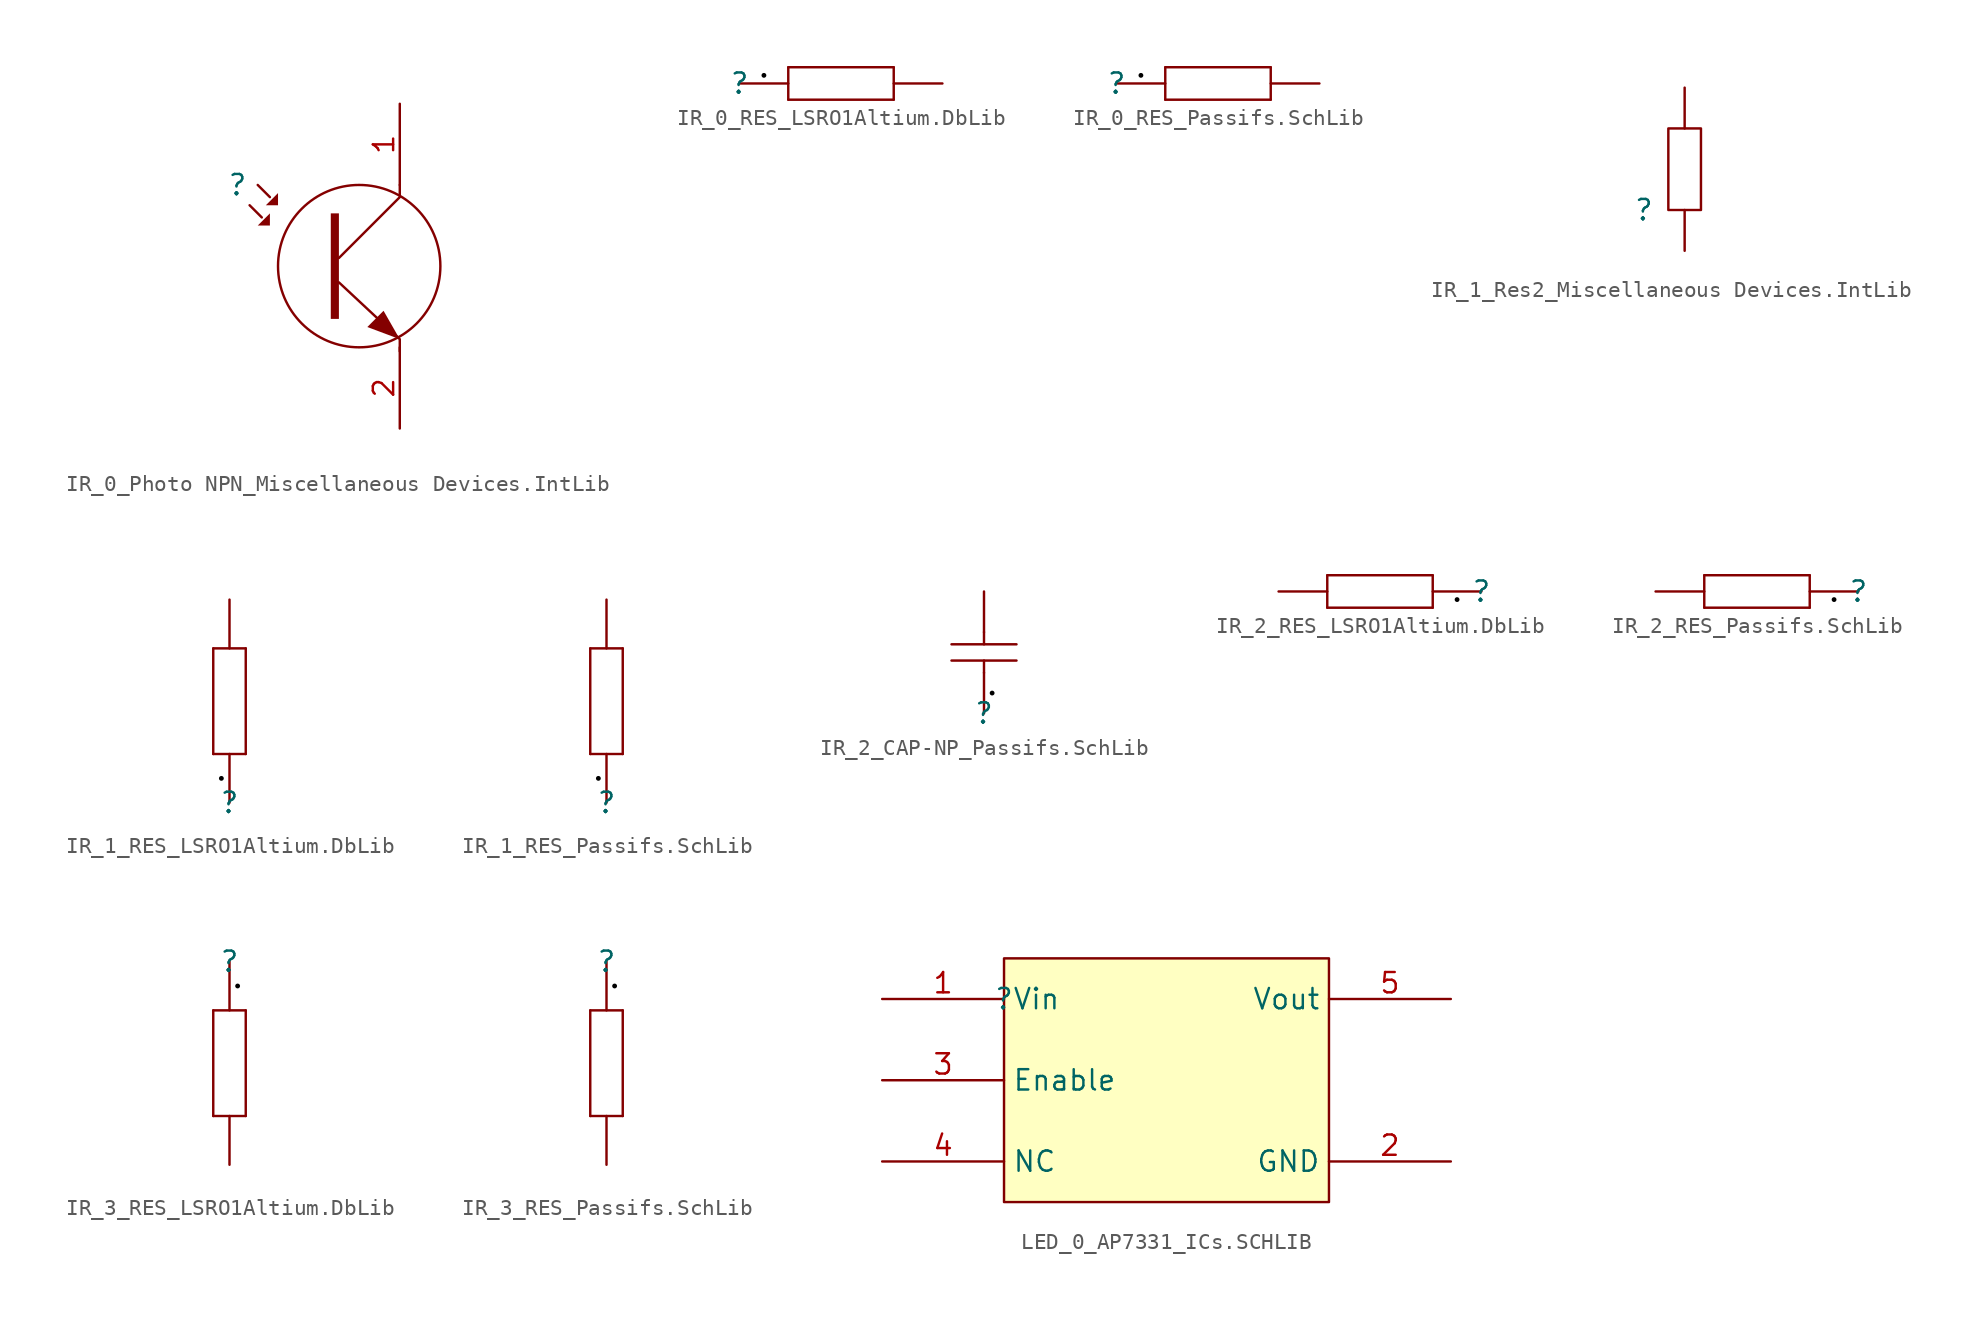
<source format=kicad_sym>
(kicad_symbol_lib
  (version 20241209)
  (generator "kicad_symbol_editor")
  (generator_version "9.0")
  (symbol "IR_0_Photo NPN_Miscellaneous Devices.IntLib"
    (pin_names
      (hide yes))
    (property "Reference" ""
      (at 0 0 0)
      (effects (font (size 1.27 1.27))))
    (property "Value" ""
      (at 0 0 0)
      (effects (font (size 1.27 1.27))))
    (symbol "IR_0_Photo NPN_Miscellaneous Devices.IntLib_1_0"
      (polyline (pts (xy 0.762 -1.27) (xy 1.524 -2.032)) (stroke (width 0) (type solid)) (fill (type none)))
      (polyline (pts (xy 1.27 0) (xy 2.032 -0.762)) (stroke (width 0) (type solid)) (fill (type none)))
      (polyline (pts (xy 2.032 -1.778) (xy 1.27 -2.54) (xy 2.032 -2.54) (xy 2.032 -1.778)) (stroke (width -0.0001) (type solid)) (fill (type outline)))
      (polyline (pts (xy 2.54 -0.508) (xy 1.778 -1.27) (xy 2.54 -1.27) (xy 2.54 -0.508)) (stroke (width -0.0001) (type solid)) (fill (type outline)))
      (polyline (pts (xy 5.842 -1.778) (xy 6.35 -1.778) (xy 6.35 -8.382) (xy 5.842 -8.382) (xy 5.842 -1.778)) (stroke (width -0.0001) (type solid)) (fill (type outline)))
      (circle (center 7.62 -5.08) (radius 5.08) (stroke (width 0) (type solid)) (fill (type none)))
      (polyline (pts (xy 9.144 -7.874) (xy 8.128 -8.89) (xy 10.16 -9.652) (xy 9.144 -7.874)) (stroke (width -0.0001) (type solid)) (fill (type outline)))
      (polyline (pts (xy 10.16 0) (xy 10.16 -0.762) (xy 6.35 -4.572)) (stroke (width 0) (type solid)) (fill (type none)))
      (polyline (pts (xy 10.16 -10.414) (xy 10.16 -9.652) (xy 6.35 -6.096)) (stroke (width 0) (type solid)) (fill (type none)))
      (pin passive line (at 10.16 5.08 270) (length 5.08) (name "C" (effects (font (size 1.27 1.27)))) (number "1" (effects (font (size 1.27 1.27)))))
      (pin passive line (at 10.16 -15.24 90) (length 5.08) (name "E" (effects (font (size 1.27 1.27)))) (number "2" (effects (font (size 1.27 1.27)))))))
  (symbol "IR_0_RES_LSRO1Altium.DbLib"
    (pin_numbers
      (hide yes))
    (pin_names
      (hide yes))
    (property "Reference" ""
      (at 0 0 0)
      (effects (font (size 1.27 1.27))))
    (property "Value" ""
      (at 0 0 0)
      (effects (font (size 1.27 1.27))))
    (symbol "IR_0_RES_LSRO1Altium.DbLib_1_0"
      (circle (center 1.524 0.508) (radius 0.152) (stroke (width -0.0001) (type solid) (color 0 0 0 1)) (fill (type outline)))
      (polyline (pts (xy 3.048 1.016) (xy 3.048 -1.016)) (stroke (width 0) (type solid)) (fill (type none)))
      (polyline (pts (xy 3.048 1.016) (xy 9.652 1.016)) (stroke (width 0) (type solid)) (fill (type none)))
      (polyline (pts (xy 3.048 -1.016) (xy 9.652 -1.016)) (stroke (width 0) (type solid)) (fill (type none)))
      (polyline (pts (xy 9.652 1.016) (xy 9.652 -1.016)) (stroke (width 0) (type solid)) (fill (type none)))
      (pin passive line (at 0 0 0) (length 3.048) (name "1" (effects (font (size 1.27 1.27)))) (number "1" (effects (font (size 1.27 1.27)))))
      (pin passive line (at 12.7 0 180) (length 3.048) (name "2" (effects (font (size 1.27 1.27)))) (number "2" (effects (font (size 1.27 1.27)))))))
  (symbol "IR_0_RES_Passifs.SchLib"
    (pin_numbers
      (hide yes))
    (pin_names
      (hide yes))
    (property "Reference" ""
      (at 0 0 0)
      (effects (font (size 1.27 1.27))))
    (property "Value" ""
      (at 0 0 0)
      (effects (font (size 1.27 1.27))))
    (symbol "IR_0_RES_Passifs.SchLib_1_0"
      (circle (center 1.524 0.508) (radius 0.152) (stroke (width -0.0001) (type solid) (color 0 0 0 1)) (fill (type outline)))
      (polyline (pts (xy 3.048 1.016) (xy 3.048 -1.016)) (stroke (width 0) (type solid)) (fill (type none)))
      (polyline (pts (xy 3.048 1.016) (xy 9.652 1.016)) (stroke (width 0) (type solid)) (fill (type none)))
      (polyline (pts (xy 3.048 -1.016) (xy 9.652 -1.016)) (stroke (width 0) (type solid)) (fill (type none)))
      (polyline (pts (xy 9.652 1.016) (xy 9.652 -1.016)) (stroke (width 0) (type solid)) (fill (type none)))
      (pin passive line (at 0 0 0) (length 3.048) (name "1" (effects (font (size 1.27 1.27)))) (number "1" (effects (font (size 1.27 1.27)))))
      (pin passive line (at 12.7 0 180) (length 3.048) (name "2" (effects (font (size 1.27 1.27)))) (number "2" (effects (font (size 1.27 1.27)))))))
  (symbol "IR_1_Res2_Miscellaneous Devices.IntLib"
    (pin_numbers
      (hide yes))
    (pin_names
      (hide yes))
    (property "Reference" ""
      (at 0 0 0)
      (effects (font (size 1.27 1.27))))
    (property "Value" ""
      (at 0 0 0)
      (effects (font (size 1.27 1.27))))
    (symbol "IR_1_Res2_Miscellaneous Devices.IntLib_1_0"
      (rectangle (start 3.556 5.08) (end 1.524 0) (stroke (width 0) (type solid)) (fill (type none)))
      (pin passive line (at 2.54 7.62 270) (length 2.54) (name "2" (effects (font (size 1.27 1.27)))) (number "2" (effects (font (size 1.27 1.27)))))
      (pin passive line (at 2.54 -2.54 90) (length 2.54) (name "1" (effects (font (size 1.27 1.27)))) (number "1" (effects (font (size 1.27 1.27)))))))
  (symbol "IR_1_RES_LSRO1Altium.DbLib"
    (pin_numbers
      (hide yes))
    (pin_names
      (hide yes))
    (property "Reference" ""
      (at 0 0 0)
      (effects (font (size 1.27 1.27))))
    (property "Value" ""
      (at 0 0 0)
      (effects (font (size 1.27 1.27))))
    (symbol "IR_1_RES_LSRO1Altium.DbLib_1_0"
      (polyline (pts (xy -1.016 9.652) (xy 1.016 9.652)) (stroke (width 0) (type solid)) (fill (type none)))
      (polyline (pts (xy -1.016 3.048) (xy -1.016 9.652)) (stroke (width 0) (type solid)) (fill (type none)))
      (polyline (pts (xy -1.016 3.048) (xy 1.016 3.048)) (stroke (width 0) (type solid)) (fill (type none)))
      (circle (center -0.508 1.524) (radius 0.152) (stroke (width -0.0001) (type solid) (color 0 0 0 1)) (fill (type outline)))
      (polyline (pts (xy 1.016 3.048) (xy 1.016 9.652)) (stroke (width 0) (type solid)) (fill (type none)))
      (pin passive line (at 0 12.7 270) (length 3.048) (name "2" (effects (font (size 1.27 1.27)))) (number "2" (effects (font (size 1.27 1.27)))))
      (pin passive line (at 0 0 90) (length 3.048) (name "1" (effects (font (size 1.27 1.27)))) (number "1" (effects (font (size 1.27 1.27)))))))
  (symbol "IR_1_RES_Passifs.SchLib"
    (pin_numbers
      (hide yes))
    (pin_names
      (hide yes))
    (property "Reference" ""
      (at 0 0 0)
      (effects (font (size 1.27 1.27))))
    (property "Value" ""
      (at 0 0 0)
      (effects (font (size 1.27 1.27))))
    (symbol "IR_1_RES_Passifs.SchLib_1_0"
      (polyline (pts (xy -1.016 9.652) (xy 1.016 9.652)) (stroke (width 0) (type solid)) (fill (type none)))
      (polyline (pts (xy -1.016 3.048) (xy -1.016 9.652)) (stroke (width 0) (type solid)) (fill (type none)))
      (polyline (pts (xy -1.016 3.048) (xy 1.016 3.048)) (stroke (width 0) (type solid)) (fill (type none)))
      (circle (center -0.508 1.524) (radius 0.152) (stroke (width -0.0001) (type solid) (color 0 0 0 1)) (fill (type outline)))
      (polyline (pts (xy 1.016 3.048) (xy 1.016 9.652)) (stroke (width 0) (type solid)) (fill (type none)))
      (pin passive line (at 0 12.7 270) (length 3.048) (name "2" (effects (font (size 1.27 1.27)))) (number "2" (effects (font (size 1.27 1.27)))))
      (pin passive line (at 0 0 90) (length 3.048) (name "1" (effects (font (size 1.27 1.27)))) (number "1" (effects (font (size 1.27 1.27)))))))
  (symbol "IR_2_CAP-NP_Passifs.SchLib"
    (pin_numbers
      (hide yes))
    (pin_names
      (hide yes))
    (property "Reference" ""
      (at 0 0 0)
      (effects (font (size 1.27 1.27))))
    (property "Value" ""
      (at 0 0 0)
      (effects (font (size 1.27 1.27))))
    (symbol "IR_2_CAP-NP_Passifs.SchLib_1_0"
      (polyline (pts (xy -2.032 4.318) (xy 2.032 4.318)) (stroke (width 0) (type solid)) (fill (type none)))
      (polyline (pts (xy 0 5.08) (xy 0 4.318)) (stroke (width 0) (type solid)) (fill (type none)))
      (polyline (pts (xy 0 2.54) (xy 0 3.302)) (stroke (width 0) (type solid)) (fill (type none)))
      (circle (center 0.508 1.27) (radius 0.152) (stroke (width -0.0001) (type solid) (color 0 0 0 1)) (fill (type outline)))
      (polyline (pts (xy 2.032 3.302) (xy -2.032 3.302)) (stroke (width 0) (type solid)) (fill (type none)))
      (pin passive line (at 0 7.62 270) (length 2.54) (name "2" (effects (font (size 1.27 1.27)))) (number "2" (effects (font (size 1.27 1.27)))))
      (pin passive line (at 0 0 90) (length 2.54) (name "1" (effects (font (size 1.27 1.27)))) (number "1" (effects (font (size 1.27 1.27)))))))
  (symbol "IR_2_RES_LSRO1Altium.DbLib"
    (pin_numbers
      (hide yes))
    (pin_names
      (hide yes))
    (property "Reference" ""
      (at 0 0 0)
      (effects (font (size 1.27 1.27))))
    (property "Value" ""
      (at 0 0 0)
      (effects (font (size 1.27 1.27))))
    (symbol "IR_2_RES_LSRO1Altium.DbLib_1_0"
      (polyline (pts (xy -9.652 -1.016) (xy -9.652 1.016)) (stroke (width 0) (type solid)) (fill (type none)))
      (polyline (pts (xy -3.048 1.016) (xy -9.652 1.016)) (stroke (width 0) (type solid)) (fill (type none)))
      (polyline (pts (xy -3.048 -1.016) (xy -9.652 -1.016)) (stroke (width 0) (type solid)) (fill (type none)))
      (polyline (pts (xy -3.048 -1.016) (xy -3.048 1.016)) (stroke (width 0) (type solid)) (fill (type none)))
      (circle (center -1.524 -0.508) (radius 0.152) (stroke (width -0.0001) (type solid) (color 0 0 0 1)) (fill (type outline)))
      (pin passive line (at -12.7 0 0) (length 3.048) (name "2" (effects (font (size 1.27 1.27)))) (number "2" (effects (font (size 1.27 1.27)))))
      (pin passive line (at 0 0 180) (length 3.048) (name "1" (effects (font (size 1.27 1.27)))) (number "1" (effects (font (size 1.27 1.27)))))))
  (symbol "IR_2_RES_Passifs.SchLib"
    (pin_numbers
      (hide yes))
    (pin_names
      (hide yes))
    (property "Reference" ""
      (at 0 0 0)
      (effects (font (size 1.27 1.27))))
    (property "Value" ""
      (at 0 0 0)
      (effects (font (size 1.27 1.27))))
    (symbol "IR_2_RES_Passifs.SchLib_1_0"
      (polyline (pts (xy -9.652 -1.016) (xy -9.652 1.016)) (stroke (width 0) (type solid)) (fill (type none)))
      (polyline (pts (xy -3.048 1.016) (xy -9.652 1.016)) (stroke (width 0) (type solid)) (fill (type none)))
      (polyline (pts (xy -3.048 -1.016) (xy -9.652 -1.016)) (stroke (width 0) (type solid)) (fill (type none)))
      (polyline (pts (xy -3.048 -1.016) (xy -3.048 1.016)) (stroke (width 0) (type solid)) (fill (type none)))
      (circle (center -1.524 -0.508) (radius 0.152) (stroke (width -0.0001) (type solid) (color 0 0 0 1)) (fill (type outline)))
      (pin passive line (at -12.7 0 0) (length 3.048) (name "2" (effects (font (size 1.27 1.27)))) (number "2" (effects (font (size 1.27 1.27)))))
      (pin passive line (at 0 0 180) (length 3.048) (name "1" (effects (font (size 1.27 1.27)))) (number "1" (effects (font (size 1.27 1.27)))))))
  (symbol "IR_3_RES_LSRO1Altium.DbLib"
    (pin_numbers
      (hide yes))
    (pin_names
      (hide yes))
    (property "Reference" ""
      (at 0 0 0)
      (effects (font (size 1.27 1.27))))
    (property "Value" ""
      (at 0 0 0)
      (effects (font (size 1.27 1.27))))
    (symbol "IR_3_RES_LSRO1Altium.DbLib_1_0"
      (polyline (pts (xy -1.016 -3.048) (xy -1.016 -9.652)) (stroke (width 0) (type solid)) (fill (type none)))
      (circle (center 0.508 -1.524) (radius 0.152) (stroke (width -0.0001) (type solid) (color 0 0 0 1)) (fill (type outline)))
      (polyline (pts (xy 1.016 -3.048) (xy -1.016 -3.048)) (stroke (width 0) (type solid)) (fill (type none)))
      (polyline (pts (xy 1.016 -3.048) (xy 1.016 -9.652)) (stroke (width 0) (type solid)) (fill (type none)))
      (polyline (pts (xy 1.016 -9.652) (xy -1.016 -9.652)) (stroke (width 0) (type solid)) (fill (type none)))
      (pin passive line (at 0 0 270) (length 3.048) (name "1" (effects (font (size 1.27 1.27)))) (number "1" (effects (font (size 1.27 1.27)))))
      (pin passive line (at 0 -12.7 90) (length 3.048) (name "2" (effects (font (size 1.27 1.27)))) (number "2" (effects (font (size 1.27 1.27)))))))
  (symbol "IR_3_RES_Passifs.SchLib"
    (pin_numbers
      (hide yes))
    (pin_names
      (hide yes))
    (property "Reference" ""
      (at 0 0 0)
      (effects (font (size 1.27 1.27))))
    (property "Value" ""
      (at 0 0 0)
      (effects (font (size 1.27 1.27))))
    (symbol "IR_3_RES_Passifs.SchLib_1_0"
      (polyline (pts (xy -1.016 -3.048) (xy -1.016 -9.652)) (stroke (width 0) (type solid)) (fill (type none)))
      (circle (center 0.508 -1.524) (radius 0.152) (stroke (width -0.0001) (type solid) (color 0 0 0 1)) (fill (type outline)))
      (polyline (pts (xy 1.016 -3.048) (xy -1.016 -3.048)) (stroke (width 0) (type solid)) (fill (type none)))
      (polyline (pts (xy 1.016 -3.048) (xy 1.016 -9.652)) (stroke (width 0) (type solid)) (fill (type none)))
      (polyline (pts (xy 1.016 -9.652) (xy -1.016 -9.652)) (stroke (width 0) (type solid)) (fill (type none)))
      (pin passive line (at 0 0 270) (length 3.048) (name "1" (effects (font (size 1.27 1.27)))) (number "1" (effects (font (size 1.27 1.27)))))
      (pin passive line (at 0 -12.7 90) (length 3.048) (name "2" (effects (font (size 1.27 1.27)))) (number "2" (effects (font (size 1.27 1.27)))))))
  (symbol "LED_0_AP7331_ICs.SCHLIB"
    (property "Reference" ""
      (at 0 0 0)
      (effects (font (size 1.27 1.27))))
    (property "Value" ""
      (at 0 0 0)
      (effects (font (size 1.27 1.27))))
    (symbol "LED_0_AP7331_ICs.SCHLIB_1_0"
      (rectangle (start 20.32 2.54) (end 0 -12.7) (stroke (width 0) (type solid) (color 128 0 0 1)) (fill (type background)))
      (pin power_in line (at -7.62 0 0) (length 7.62) (name "Vin" (effects (font (size 1.27 1.27)))) (number "1" (effects (font (size 1.27 1.27)))))
      (pin input line (at -7.62 -5.08 0) (length 7.62) (name "Enable" (effects (font (size 1.27 1.27)))) (number "3" (effects (font (size 1.27 1.27)))))
      (pin passive line (at -7.62 -10.16 0) (length 7.62) (name "NC" (effects (font (size 1.27 1.27)))) (number "4" (effects (font (size 1.27 1.27)))))
      (pin power_in line (at 27.94 0 180) (length 7.62) (name "Vout" (effects (font (size 1.27 1.27)))) (number "5" (effects (font (size 1.27 1.27)))))
      (pin power_in line (at 27.94 -10.16 180) (length 7.62) (name "GND" (effects (font (size 1.27 1.27)))) (number "2" (effects (font (size 1.27 1.27))))))))
</source>
